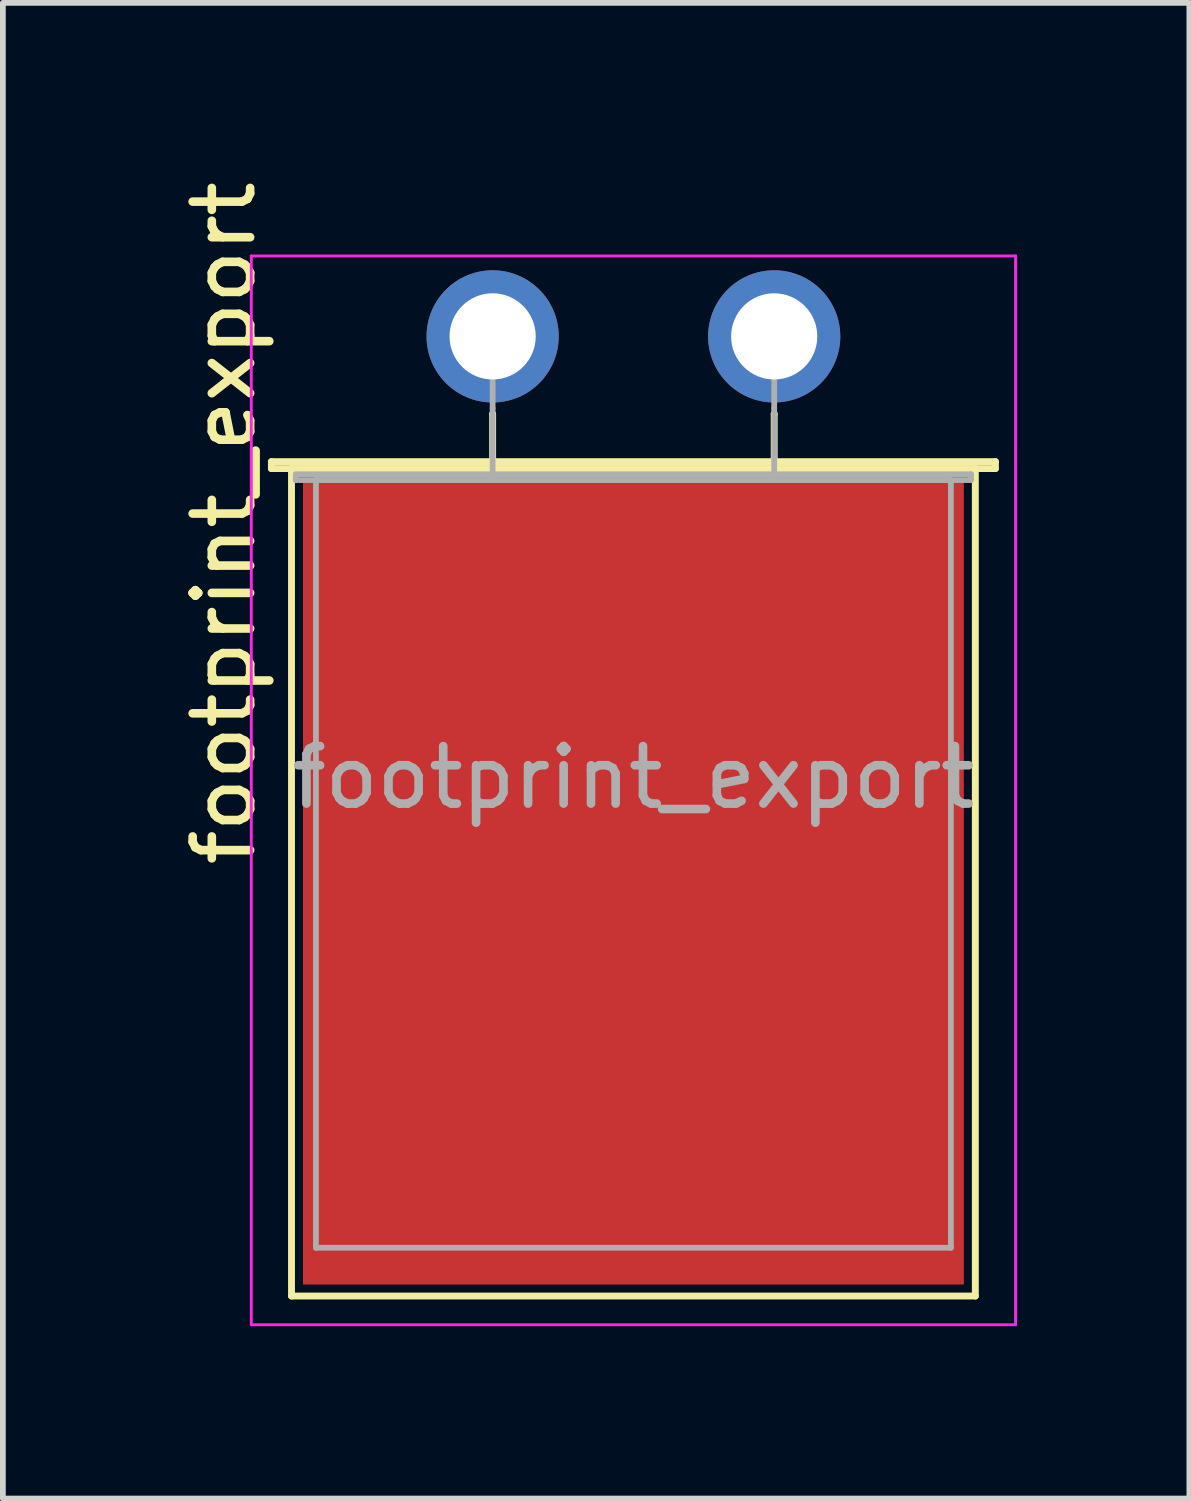
<source format=kicad_pcb>
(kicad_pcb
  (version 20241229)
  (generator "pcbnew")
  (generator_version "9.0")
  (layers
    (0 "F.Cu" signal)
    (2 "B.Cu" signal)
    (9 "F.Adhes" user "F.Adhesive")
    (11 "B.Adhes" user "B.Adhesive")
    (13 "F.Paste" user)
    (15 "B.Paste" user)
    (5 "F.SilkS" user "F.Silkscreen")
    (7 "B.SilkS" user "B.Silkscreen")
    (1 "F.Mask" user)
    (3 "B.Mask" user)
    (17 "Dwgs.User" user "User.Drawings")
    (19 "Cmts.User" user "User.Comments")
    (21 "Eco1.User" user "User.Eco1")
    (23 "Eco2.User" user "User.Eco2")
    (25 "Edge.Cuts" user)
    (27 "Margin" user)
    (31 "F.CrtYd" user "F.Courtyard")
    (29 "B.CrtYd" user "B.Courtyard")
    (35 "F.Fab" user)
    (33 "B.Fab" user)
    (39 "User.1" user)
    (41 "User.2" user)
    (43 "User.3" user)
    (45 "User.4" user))
  (footprint "footprint_export"
    (layer "F.Cu")
    (at 5.523 2.804)
    (property "Reference" "footprint_export" (at -4.675 3.25 90) (layer "F.SilkS") (effects (font (size 1 1) (thickness 0.15))))
    (attr through_hole)
    (fp_line (start -3.85 2.18) (end 8.75 2.18) (stroke (width 0.12) (type solid)) (layer "F.SilkS"))
    (fp_line (start -3.85 2.3) (end -3.85 2.18) (stroke (width 0.12) (type solid)) (layer "F.SilkS"))
    (fp_line (start -3.5 2.3) (end -3.5 16.7) (stroke (width 0.12) (type solid)) (layer "F.SilkS"))
    (fp_line (start -3.5 16.7) (end 8.4 16.7) (stroke (width 0.12) (type solid)) (layer "F.SilkS"))
    (fp_line (start 0 1.35) (end 0 1.35) (stroke (width 0.12) (type solid)) (layer "F.SilkS"))
    (fp_line (start 0 2.3) (end 0 1.35) (stroke (width 0.12) (type solid)) (layer "F.SilkS"))
    (fp_line (start 4.9 1.35) (end 4.9 1.35) (stroke (width 0.12) (type solid)) (layer "F.SilkS"))
    (fp_line (start 4.9 2.3) (end 4.9 1.35) (stroke (width 0.12) (type solid)) (layer "F.SilkS"))
    (fp_line (start 8.4 2.3) (end -3.5 2.3) (stroke (width 0.12) (type solid)) (layer "F.SilkS"))
    (fp_line (start 8.4 16.7) (end 8.4 2.3) (stroke (width 0.12) (type solid)) (layer "F.SilkS"))
    (fp_line (start 8.75 2.18) (end 8.75 2.3) (stroke (width 0.12) (type solid)) (layer "F.SilkS"))
    (fp_line (start 8.75 2.3) (end -3.85 2.3) (stroke (width 0.12) (type solid)) (layer "F.SilkS"))
    (fp_line (start -4.2 -1.4) (end -4.2 17.2) (stroke (width 0.05) (type solid)) (layer "F.CrtYd"))
    (fp_line (start -4.2 17.2) (end 9.1 17.2) (stroke (width 0.05) (type solid)) (layer "F.CrtYd"))
    (fp_line (start 9.1 -1.4) (end -4.2 -1.4) (stroke (width 0.05) (type solid)) (layer "F.CrtYd"))
    (fp_line (start 9.1 17.2) (end 9.1 -1.4) (stroke (width 0.05) (type solid)) (layer "F.CrtYd"))
    (fp_line (start -3.425 2.4) (end 8.325 2.4) (stroke (width 0.1) (type solid)) (layer "F.Fab"))
    (fp_line (start -3.425 2.5) (end -3.425 2.4) (stroke (width 0.1) (type solid)) (layer "F.Fab"))
    (fp_line (start -3.075 2.5) (end -3.075 15.86) (stroke (width 0.1) (type solid)) (layer "F.Fab"))
    (fp_line (start -3.075 15.86) (end 7.975 15.86) (stroke (width 0.1) (type solid)) (layer "F.Fab"))
    (fp_line (start 0 1.25) (end 0 0) (stroke (width 0.1) (type solid)) (layer "F.Fab"))
    (fp_line (start 0 2.5) (end 0 1.25) (stroke (width 0.1) (type solid)) (layer "F.Fab"))
    (fp_line (start 4.9 1.25) (end 4.9 0) (stroke (width 0.1) (type solid)) (layer "F.Fab"))
    (fp_line (start 4.9 2.5) (end 4.9 1.25) (stroke (width 0.1) (type solid)) (layer "F.Fab"))
    (fp_line (start 7.975 2.5) (end -3.075 2.5) (stroke (width 0.1) (type solid)) (layer "F.Fab"))
    (fp_line (start 7.975 15.86) (end 7.975 2.5) (stroke (width 0.1) (type solid)) (layer "F.Fab"))
    (fp_line (start 8.325 2.4) (end 8.325 2.5) (stroke (width 0.1) (type solid)) (layer "F.Fab"))
    (fp_line (start 8.325 2.5) (end -3.425 2.5) (stroke (width 0.1) (type solid)) (layer "F.Fab"))
    (fp_text user "${REFERENCE}" (at 2.45 7.675 0) (layer "F.Fab") (effects (font (size 1 1) (thickness 0.15))))
    (pad "1" thru_hole circle (at 0 0) (size 2.3 2.3) (drill 1.5) (layers "*.Cu" "*.Mask"))
    (pad "2" thru_hole circle (at 4.9 0) (size 2.3 2.3) (drill 1.5) (layers "*.Cu" "*.Mask"))
    (pad "3" smd rect (at 2.45 9.5) (size 11.5 14) (layers "F.Cu" "F.Mask" "F.Paste")))
  (gr_rect
    (start -3 -3)
    (end 17.648 23.029)
    (stroke (width 0.1) (type default))
    (fill no)
    (layer "Edge.Cuts")))
</source>
